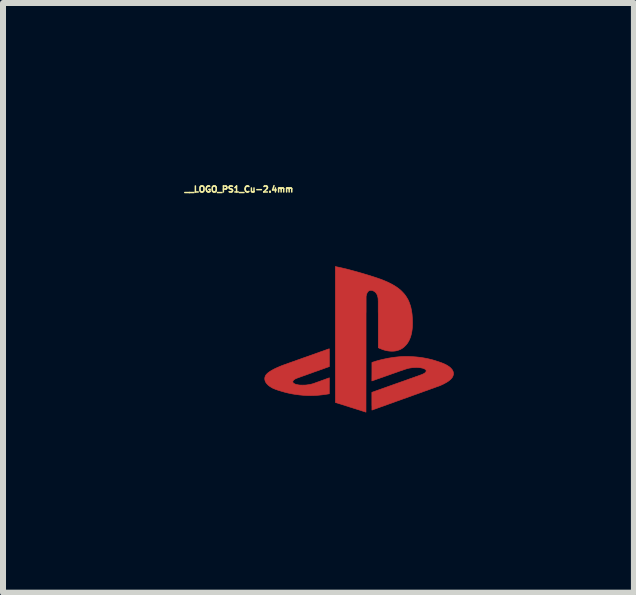
<source format=kicad_pcb>
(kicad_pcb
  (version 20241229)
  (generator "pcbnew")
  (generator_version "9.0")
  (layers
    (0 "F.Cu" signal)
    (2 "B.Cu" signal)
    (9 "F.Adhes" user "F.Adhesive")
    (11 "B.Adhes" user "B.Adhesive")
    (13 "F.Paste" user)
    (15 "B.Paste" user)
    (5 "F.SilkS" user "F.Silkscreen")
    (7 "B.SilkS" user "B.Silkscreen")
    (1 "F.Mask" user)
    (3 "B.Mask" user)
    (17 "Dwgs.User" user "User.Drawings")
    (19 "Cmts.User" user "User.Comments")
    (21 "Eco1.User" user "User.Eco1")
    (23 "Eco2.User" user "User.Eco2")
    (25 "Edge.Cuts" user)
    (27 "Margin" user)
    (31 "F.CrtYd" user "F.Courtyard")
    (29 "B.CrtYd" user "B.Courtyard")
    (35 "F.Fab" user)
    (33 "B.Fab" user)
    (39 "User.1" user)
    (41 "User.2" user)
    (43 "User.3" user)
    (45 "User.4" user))
  (footprint "__LOGO_PS1_Cu-2.4mm"
    (layer "F.Cu")
    (at 2.93 2.602)
    (property "Reference" "__LOGO_PS1_Cu-2.4mm" (at -2 -2.5 0) (layer "F.SilkS") (effects (font (size 0.1 0.1) (thickness 0.025))))
    (attr through_hole)
    (fp_poly (pts (xy -0.392 -1.212) (xy -0.39 -1.212) (xy -0.386 -1.211) (xy -0.38 -1.21) (xy -0.373 -1.208) (xy -0.364 -1.206) (xy -0.355 -1.205) (xy -0.352 -1.204) (xy -0.319 -1.197) (xy -0.283 -1.189) (xy -0.246 -1.18) (xy -0.206 -1.171) (xy -0.165 -1.16) (xy -0.123 -1.149) (xy -0.079 -1.137) (xy -0.035 -1.125) (xy 0.01 -1.112) (xy 0.056 -1.099) (xy 0.102 -1.085) (xy 0.149 -1.071) (xy 0.195 -1.057) (xy 0.208 -1.052) (xy 0.241 -1.042) (xy 0.271 -1.032) (xy 0.299 -1.023) (xy 0.326 -1.013) (xy 0.351 -1.005) (xy 0.374 -0.996) (xy 0.396 -0.988) (xy 0.417 -0.979) (xy 0.437 -0.971) (xy 0.457 -0.962) (xy 0.476 -0.954) (xy 0.495 -0.945) (xy 0.514 -0.935) (xy 0.519 -0.933) (xy 0.536 -0.924) (xy 0.551 -0.916) (xy 0.564 -0.909) (xy 0.577 -0.901) (xy 0.59 -0.894) (xy 0.603 -0.885) (xy 0.617 -0.876) (xy 0.618 -0.876) (xy 0.65 -0.853) (xy 0.681 -0.829) (xy 0.708 -0.804) (xy 0.734 -0.777) (xy 0.758 -0.75) (xy 0.779 -0.721) (xy 0.798 -0.691) (xy 0.816 -0.66) (xy 0.831 -0.627) (xy 0.844 -0.592) (xy 0.856 -0.556) (xy 0.862 -0.535) (xy 0.867 -0.511) (xy 0.872 -0.487) (xy 0.876 -0.463) (xy 0.88 -0.438) (xy 0.883 -0.413) (xy 0.885 -0.385) (xy 0.887 -0.357) (xy 0.889 -0.326) (xy 0.889 -0.315) (xy 0.89 -0.273) (xy 0.889 -0.233) (xy 0.887 -0.195) (xy 0.883 -0.159) (xy 0.878 -0.124) (xy 0.871 -0.091) (xy 0.863 -0.06) (xy 0.853 -0.03) (xy 0.852 -0.027) (xy 0.849 -0.02) (xy 0.846 -0.012) (xy 0.842 -0.003) (xy 0.838 0.007) (xy 0.834 0.015) (xy 0.825 0.032) (xy 0.816 0.048) (xy 0.807 0.062) (xy 0.797 0.075) (xy 0.787 0.088) (xy 0.775 0.101) (xy 0.767 0.109) (xy 0.75 0.126) (xy 0.732 0.14) (xy 0.715 0.152) (xy 0.696 0.163) (xy 0.676 0.172) (xy 0.664 0.177) (xy 0.643 0.184) (xy 0.621 0.19) (xy 0.598 0.194) (xy 0.574 0.196) (xy 0.548 0.197) (xy 0.547 0.197) (xy 0.522 0.196) (xy 0.497 0.194) (xy 0.471 0.19) (xy 0.446 0.185) (xy 0.419 0.178) (xy 0.392 0.169) (xy 0.364 0.158) (xy 0.334 0.146) (xy 0.331 0.144) (xy 0.32 0.139) (xy 0.32 -0.262) (xy 0.32 -0.301) (xy 0.32 -0.336) (xy 0.32 -0.37) (xy 0.32 -0.401) (xy 0.32 -0.43) (xy 0.319 -0.457) (xy 0.319 -0.482) (xy 0.319 -0.505) (xy 0.319 -0.526) (xy 0.319 -0.546) (xy 0.319 -0.563) (xy 0.319 -0.579) (xy 0.319 -0.594) (xy 0.319 -0.607) (xy 0.319 -0.619) (xy 0.319 -0.63) (xy 0.319 -0.639) (xy 0.318 -0.648) (xy 0.318 -0.655) (xy 0.318 -0.662) (xy 0.318 -0.667) (xy 0.317 -0.672) (xy 0.317 -0.677) (xy 0.317 -0.681) (xy 0.316 -0.684) (xy 0.316 -0.687) (xy 0.316 -0.69) (xy 0.315 -0.692) (xy 0.315 -0.695) (xy 0.314 -0.697) (xy 0.314 -0.699) (xy 0.313 -0.702) (xy 0.312 -0.705) (xy 0.312 -0.705) (xy 0.307 -0.726) (xy 0.3 -0.744) (xy 0.291 -0.76) (xy 0.281 -0.774) (xy 0.269 -0.787) (xy 0.256 -0.797) (xy 0.241 -0.805) (xy 0.238 -0.807) (xy 0.223 -0.813) (xy 0.208 -0.816) (xy 0.195 -0.817) (xy 0.183 -0.816) (xy 0.171 -0.812) (xy 0.16 -0.806) (xy 0.151 -0.798) (xy 0.142 -0.787) (xy 0.134 -0.774) (xy 0.134 -0.773) (xy 0.128 -0.76) (xy 0.124 -0.745) (xy 0.12 -0.73) (xy 0.12 -0.73) (xy 0.119 -0.725) (xy 0.118 -0.719) (xy 0.117 -0.716) (xy 0.117 -0.715) (xy 0.117 -0.714) (xy 0.117 -0.71) (xy 0.117 -0.703) (xy 0.117 -0.694) (xy 0.117 -0.683) (xy 0.117 -0.67) (xy 0.117 -0.655) (xy 0.117 -0.637) (xy 0.117 -0.618) (xy 0.117 -0.596) (xy 0.117 -0.573) (xy 0.117 -0.547) (xy 0.117 -0.52) (xy 0.117 -0.491) (xy 0.117 -0.461) (xy 0.116 -0.429) (xy 0.116 -0.395) (xy 0.116 -0.36) (xy 0.116 -0.323) (xy 0.116 -0.285) (xy 0.116 -0.246) (xy 0.116 -0.206) (xy 0.116 -0.164) (xy 0.116 -0.121) (xy 0.116 -0.077) (xy 0.116 -0.033) (xy 0.116 0.013) (xy 0.116 0.06) (xy 0.116 0.107) (xy 0.116 0.155) (xy 0.116 0.204) (xy 0.116 0.251) (xy 0.115 1.212) (xy -0.14 1.131) (xy -0.394 1.051) (xy -0.395 -0.081) (xy -0.395 -1.213) (xy -0.392 -1.212)) (stroke (width 0.01) (type solid)) (fill yes) (layer "F.Cu"))
    (fp_poly (pts (xy -0.496 0.157) (xy -0.496 0.161) (xy -0.496 0.167) (xy -0.496 0.175) (xy -0.496 0.185) (xy -0.496 0.196) (xy -0.496 0.209) (xy -0.495 0.224) (xy -0.495 0.24) (xy -0.495 0.257) (xy -0.495 0.275) (xy -0.495 0.294) (xy -0.495 0.304) (xy -0.495 0.453) (xy -0.564 0.477) (xy -0.574 0.481) (xy -0.587 0.486) (xy -0.602 0.491) (xy -0.618 0.497) (xy -0.636 0.503) (xy -0.655 0.51) (xy -0.674 0.517) (xy -0.694 0.524) (xy -0.715 0.531) (xy -0.735 0.538) (xy -0.755 0.545) (xy -0.767 0.55) (xy -0.786 0.557) (xy -0.806 0.564) (xy -0.826 0.571) (xy -0.845 0.578) (xy -0.865 0.585) (xy -0.883 0.592) (xy -0.901 0.598) (xy -0.917 0.604) (xy -0.932 0.609) (xy -0.946 0.614) (xy -0.957 0.618) (xy -0.964 0.62) (xy -0.976 0.625) (xy -0.988 0.629) (xy -0.999 0.633) (xy -1.009 0.637) (xy -1.018 0.64) (xy -1.026 0.643) (xy -1.031 0.645) (xy -1.035 0.646) (xy -1.035 0.646) (xy -1.051 0.653) (xy -1.065 0.66) (xy -1.076 0.668) (xy -1.086 0.675) (xy -1.094 0.683) (xy -1.1 0.691) (xy -1.103 0.699) (xy -1.104 0.705) (xy -1.102 0.713) (xy -1.099 0.721) (xy -1.093 0.728) (xy -1.084 0.734) (xy -1.074 0.74) (xy -1.061 0.746) (xy -1.046 0.75) (xy -1.028 0.754) (xy -1.009 0.758) (xy -1.001 0.759) (xy -0.992 0.76) (xy -0.981 0.761) (xy -0.969 0.761) (xy -0.955 0.761) (xy -0.941 0.762) (xy -0.926 0.761) (xy -0.911 0.761) (xy -0.898 0.761) (xy -0.885 0.76) (xy -0.874 0.759) (xy -0.869 0.758) (xy -0.837 0.754) (xy -0.807 0.748) (xy -0.78 0.742) (xy -0.769 0.738) (xy -0.766 0.737) (xy -0.76 0.736) (xy -0.753 0.733) (xy -0.744 0.73) (xy -0.733 0.726) (xy -0.72 0.721) (xy -0.707 0.717) (xy -0.692 0.711) (xy -0.676 0.706) (xy -0.66 0.7) (xy -0.643 0.694) (xy -0.634 0.69) (xy -0.617 0.684) (xy -0.6 0.678) (xy -0.584 0.672) (xy -0.57 0.667) (xy -0.556 0.662) (xy -0.543 0.657) (xy -0.532 0.653) (xy -0.522 0.65) (xy -0.515 0.647) (xy -0.509 0.645) (xy -0.505 0.644) (xy -0.504 0.643) (xy -0.495 0.64) (xy -0.496 0.773) (xy -0.496 0.906) (xy -0.521 0.91) (xy -0.571 0.918) (xy -0.619 0.924) (xy -0.667 0.929) (xy -0.713 0.933) (xy -0.759 0.935) (xy -0.806 0.936) (xy -0.853 0.935) (xy -0.87 0.935) (xy -0.932 0.931) (xy -0.994 0.925) (xy -1.056 0.917) (xy -1.118 0.907) (xy -1.18 0.894) (xy -1.234 0.881) (xy -1.25 0.876) (xy -1.268 0.871) (xy -1.285 0.866) (xy -1.303 0.861) (xy -1.321 0.855) (xy -1.339 0.85) (xy -1.355 0.845) (xy -1.371 0.839) (xy -1.384 0.835) (xy -1.397 0.83) (xy -1.406 0.826) (xy -1.431 0.816) (xy -1.454 0.804) (xy -1.475 0.791) (xy -1.494 0.778) (xy -1.511 0.765) (xy -1.526 0.75) (xy -1.539 0.736) (xy -1.55 0.721) (xy -1.559 0.706) (xy -1.565 0.69) (xy -1.569 0.674) (xy -1.571 0.658) (xy -1.57 0.642) (xy -1.567 0.626) (xy -1.562 0.613) (xy -1.557 0.602) (xy -1.55 0.591) (xy -1.541 0.58) (xy -1.531 0.57) (xy -1.519 0.559) (xy -1.505 0.548) (xy -1.489 0.537) (xy -1.471 0.525) (xy -1.451 0.514) (xy -1.429 0.501) (xy -1.407 0.49) (xy -1.382 0.478) (xy -1.357 0.467) (xy -1.332 0.456) (xy -1.306 0.445) (xy -1.278 0.434) (xy -1.248 0.423) (xy -1.23 0.417) (xy -1.226 0.415) (xy -1.219 0.413) (xy -1.21 0.41) (xy -1.2 0.406) (xy -1.187 0.401) (xy -1.172 0.396) (xy -1.156 0.39) (xy -1.138 0.384) (xy -1.118 0.377) (xy -1.097 0.369) (xy -1.075 0.362) (xy -1.051 0.353) (xy -1.027 0.344) (xy -1.001 0.335) (xy -0.975 0.326) (xy -0.948 0.316) (xy -0.92 0.306) (xy -0.891 0.296) (xy -0.862 0.286) (xy -0.845 0.28) (xy -0.817 0.27) (xy -0.789 0.26) (xy -0.761 0.25) (xy -0.735 0.241) (xy -0.709 0.231) (xy -0.684 0.223) (xy -0.661 0.214) (xy -0.638 0.206) (xy -0.617 0.199) (xy -0.597 0.192) (xy -0.579 0.185) (xy -0.562 0.179) (xy -0.547 0.174) (xy -0.534 0.169) (xy -0.523 0.165) (xy -0.513 0.162) (xy -0.506 0.159) (xy -0.5 0.158) (xy -0.497 0.156) (xy -0.496 0.156) (xy -0.496 0.157)) (stroke (width 0.01) (type solid)) (fill yes) (layer "F.Cu"))
    (fp_poly (pts (xy 0.805 0.285) (xy 0.822 0.285) (xy 0.837 0.285) (xy 0.85 0.286) (xy 0.853 0.286) (xy 0.907 0.289) (xy 0.961 0.293) (xy 1.015 0.299) (xy 1.067 0.307) (xy 1.118 0.316) (xy 1.168 0.327) (xy 1.216 0.339) (xy 1.262 0.352) (xy 1.294 0.363) (xy 1.314 0.369) (xy 1.331 0.375) (xy 1.346 0.38) (xy 1.36 0.385) (xy 1.372 0.389) (xy 1.382 0.393) (xy 1.392 0.397) (xy 1.4 0.4) (xy 1.408 0.404) (xy 1.416 0.407) (xy 1.423 0.41) (xy 1.43 0.414) (xy 1.438 0.417) (xy 1.44 0.419) (xy 1.459 0.428) (xy 1.475 0.438) (xy 1.489 0.447) (xy 1.502 0.456) (xy 1.515 0.466) (xy 1.526 0.477) (xy 1.527 0.478) (xy 1.536 0.487) (xy 1.543 0.496) (xy 1.55 0.504) (xy 1.555 0.512) (xy 1.559 0.52) (xy 1.564 0.531) (xy 1.568 0.541) (xy 1.57 0.551) (xy 1.571 0.56) (xy 1.572 0.567) (xy 1.572 0.572) (xy 1.572 0.578) (xy 1.571 0.585) (xy 1.571 0.585) (xy 1.567 0.6) (xy 1.562 0.614) (xy 1.555 0.628) (xy 1.546 0.642) (xy 1.534 0.655) (xy 1.521 0.669) (xy 1.505 0.682) (xy 1.487 0.696) (xy 1.466 0.71) (xy 1.453 0.718) (xy 1.443 0.723) (xy 1.432 0.729) (xy 1.42 0.736) (xy 1.407 0.743) (xy 1.393 0.749) (xy 1.38 0.756) (xy 1.368 0.761) (xy 1.357 0.766) (xy 1.351 0.769) (xy 1.349 0.77) (xy 1.345 0.771) (xy 1.338 0.774) (xy 1.329 0.777) (xy 1.319 0.781) (xy 1.306 0.785) (xy 1.292 0.79) (xy 1.276 0.796) (xy 1.258 0.803) (xy 1.238 0.81) (xy 1.218 0.817) (xy 1.195 0.825) (xy 1.172 0.834) (xy 1.147 0.843) (xy 1.122 0.852) (xy 1.095 0.861) (xy 1.067 0.871) (xy 1.039 0.882) (xy 1.01 0.892) (xy 0.98 0.903) (xy 0.949 0.914) (xy 0.918 0.925) (xy 0.887 0.936) (xy 0.855 0.948) (xy 0.824 0.959) (xy 0.792 0.971) (xy 0.76 0.982) (xy 0.728 0.993) (xy 0.696 1.005) (xy 0.665 1.016) (xy 0.633 1.027) (xy 0.603 1.038) (xy 0.573 1.049) (xy 0.543 1.06) (xy 0.514 1.07) (xy 0.486 1.08) (xy 0.459 1.09) (xy 0.432 1.1) (xy 0.407 1.109) (xy 0.383 1.117) (xy 0.36 1.125) (xy 0.339 1.133) (xy 0.319 1.14) (xy 0.3 1.147) (xy 0.283 1.153) (xy 0.267 1.159) (xy 0.254 1.163) (xy 0.242 1.168) (xy 0.232 1.171) (xy 0.225 1.174) (xy 0.219 1.176) (xy 0.216 1.177) (xy 0.215 1.177) (xy 0.214 1.176) (xy 0.214 1.172) (xy 0.214 1.166) (xy 0.214 1.158) (xy 0.214 1.147) (xy 0.214 1.133) (xy 0.214 1.117) (xy 0.213 1.099) (xy 0.213 1.077) (xy 0.213 1.054) (xy 0.213 1.03) (xy 0.213 0.882) (xy 0.625 0.735) (xy 0.657 0.724) (xy 0.687 0.713) (xy 0.717 0.703) (xy 0.747 0.692) (xy 0.775 0.682) (xy 0.803 0.672) (xy 0.83 0.662) (xy 0.855 0.653) (xy 0.88 0.645) (xy 0.903 0.636) (xy 0.925 0.629) (xy 0.945 0.621) (xy 0.964 0.615) (xy 0.981 0.609) (xy 0.996 0.603) (xy 1.01 0.598) (xy 1.021 0.594) (xy 1.031 0.591) (xy 1.038 0.588) (xy 1.044 0.586) (xy 1.047 0.585) (xy 1.048 0.584) (xy 1.064 0.577) (xy 1.078 0.57) (xy 1.09 0.563) (xy 1.1 0.555) (xy 1.108 0.547) (xy 1.113 0.539) (xy 1.117 0.531) (xy 1.118 0.523) (xy 1.116 0.516) (xy 1.115 0.514) (xy 1.11 0.507) (xy 1.104 0.5) (xy 1.094 0.494) (xy 1.083 0.489) (xy 1.071 0.484) (xy 1.056 0.479) (xy 1.04 0.476) (xy 1.031 0.474) (xy 1.02 0.472) (xy 1.009 0.471) (xy 0.999 0.47) (xy 0.988 0.469) (xy 0.977 0.469) (xy 0.964 0.468) (xy 0.954 0.468) (xy 0.931 0.469) (xy 0.909 0.47) (xy 0.888 0.471) (xy 0.867 0.474) (xy 0.846 0.477) (xy 0.841 0.478) (xy 0.835 0.479) (xy 0.829 0.48) (xy 0.823 0.482) (xy 0.818 0.483) (xy 0.812 0.484) (xy 0.806 0.486) (xy 0.799 0.488) (xy 0.792 0.49) (xy 0.784 0.492) (xy 0.776 0.495) (xy 0.766 0.498) (xy 0.755 0.502) (xy 0.743 0.506) (xy 0.729 0.511) (xy 0.714 0.516) (xy 0.696 0.522) (xy 0.677 0.528) (xy 0.656 0.536) (xy 0.633 0.544) (xy 0.625 0.547) (xy 0.588 0.56) (xy 0.553 0.572) (xy 0.52 0.584) (xy 0.489 0.595) (xy 0.461 0.605) (xy 0.434 0.614) (xy 0.41 0.623) (xy 0.387 0.631) (xy 0.366 0.638) (xy 0.347 0.645) (xy 0.33 0.651) (xy 0.314 0.656) (xy 0.3 0.661) (xy 0.287 0.666) (xy 0.275 0.67) (xy 0.265 0.674) (xy 0.256 0.677) (xy 0.248 0.68) (xy 0.242 0.682) (xy 0.236 0.684) (xy 0.231 0.686) (xy 0.227 0.687) (xy 0.224 0.688) (xy 0.221 0.689) (xy 0.219 0.69) (xy 0.218 0.69) (xy 0.217 0.691) (xy 0.217 0.691) (xy 0.213 0.692) (xy 0.214 0.538) (xy 0.214 0.384) (xy 0.242 0.375) (xy 0.279 0.363) (xy 0.318 0.352) (xy 0.359 0.341) (xy 0.402 0.331) (xy 0.445 0.322) (xy 0.489 0.313) (xy 0.533 0.306) (xy 0.577 0.299) (xy 0.62 0.294) (xy 0.662 0.29) (xy 0.697 0.287) (xy 0.708 0.286) (xy 0.722 0.286) (xy 0.737 0.285) (xy 0.754 0.285) (xy 0.771 0.285) (xy 0.788 0.285) (xy 0.805 0.285)) (stroke (width 0.01) (type solid)) (fill yes) (layer "F.Cu")))
  (gr_rect
    (start -3 -3)
    (end 7.507 6.82)
    (stroke (width 0.1) (type default))
    (fill no)
    (layer "Edge.Cuts")))
</source>
